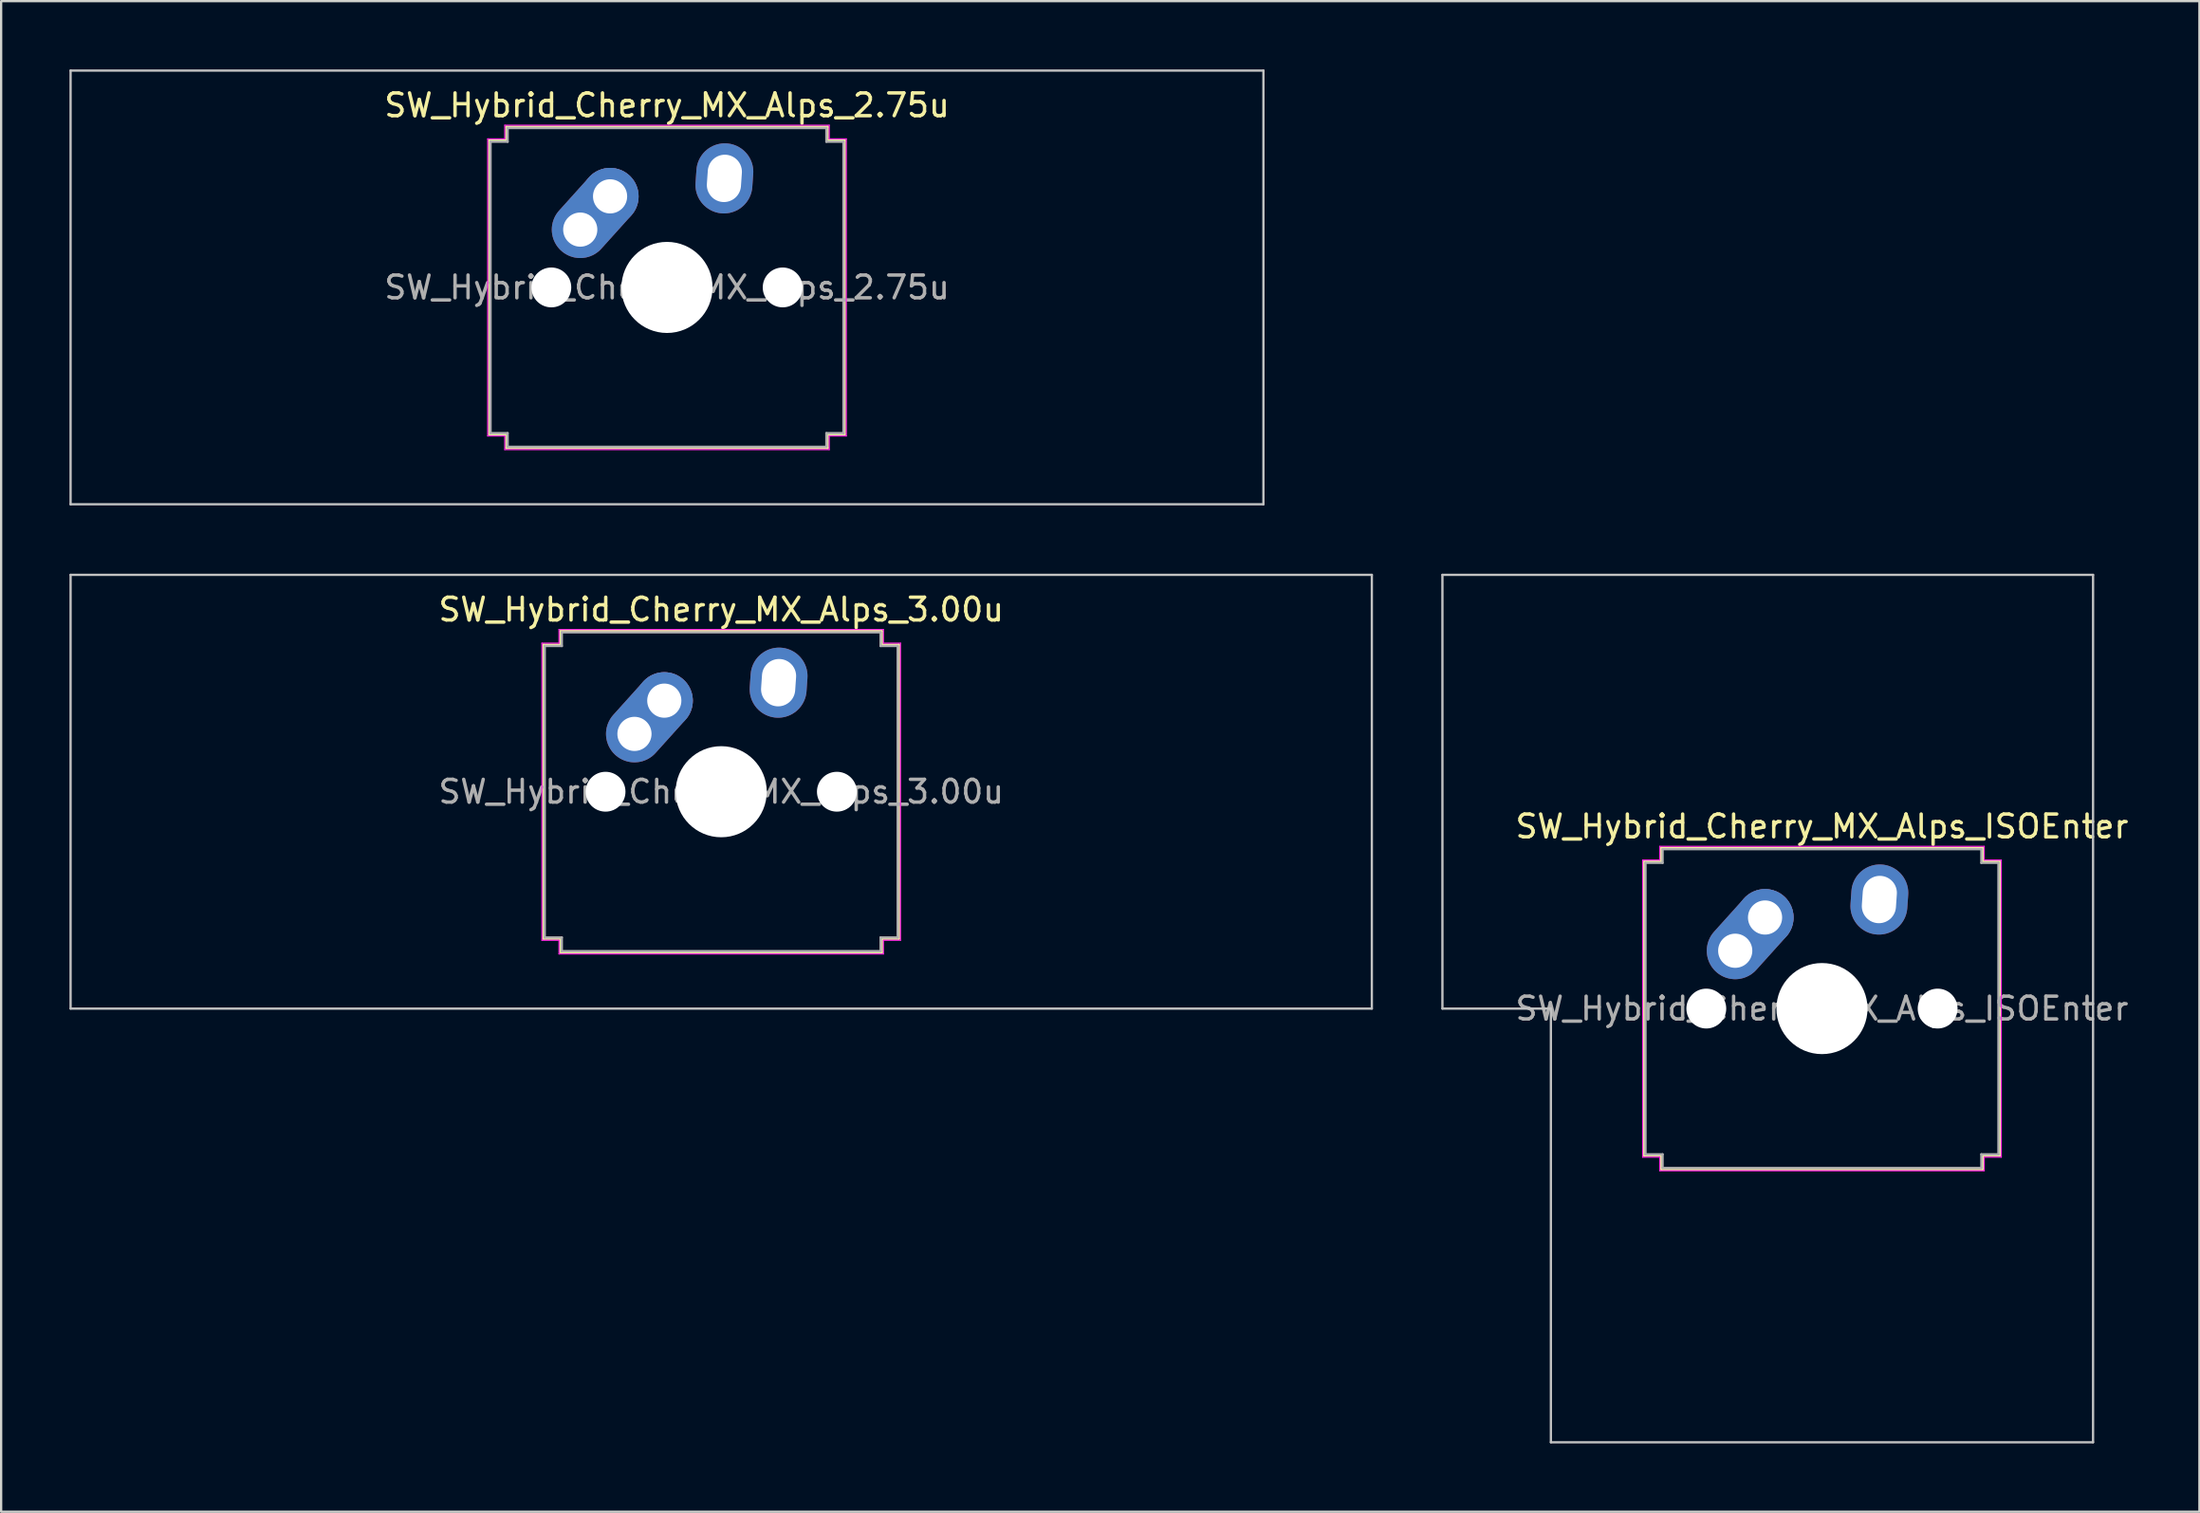
<source format=kicad_pcb>
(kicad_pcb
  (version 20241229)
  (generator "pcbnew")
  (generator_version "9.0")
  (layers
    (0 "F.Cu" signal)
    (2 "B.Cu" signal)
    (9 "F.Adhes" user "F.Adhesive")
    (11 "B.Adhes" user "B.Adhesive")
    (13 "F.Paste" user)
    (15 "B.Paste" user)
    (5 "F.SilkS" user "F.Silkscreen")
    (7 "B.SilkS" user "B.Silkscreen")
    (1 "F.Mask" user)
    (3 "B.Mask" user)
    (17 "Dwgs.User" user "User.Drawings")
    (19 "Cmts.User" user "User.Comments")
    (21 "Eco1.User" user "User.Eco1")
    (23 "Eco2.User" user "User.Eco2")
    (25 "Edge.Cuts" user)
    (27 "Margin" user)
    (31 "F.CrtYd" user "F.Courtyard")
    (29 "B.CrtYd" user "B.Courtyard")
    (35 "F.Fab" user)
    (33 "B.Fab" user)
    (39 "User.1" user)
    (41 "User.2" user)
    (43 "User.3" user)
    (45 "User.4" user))
  (footprint "SW_Hybrid_Cherry_MX_Alps_ISOEnter"
    (layer "F.Cu")
    (at 76.969 41.25)
    (property "Reference" "SW_Hybrid_Cherry_MX_Alps_ISOEnter" (at 0 -8 0) (layer "F.SilkS") (effects (font (size 1 1) (thickness 0.15))))
    (attr through_hole)
    (fp_line (start -7.8 -6.45) (end -7.05 -6.45) (stroke (width 0.12) (type solid)) (layer "F.SilkS"))
    (fp_line (start -7.8 6.45) (end -7.8 -6.45) (stroke (width 0.12) (type solid)) (layer "F.SilkS"))
    (fp_line (start -7.05 -7.05) (end 7.05 -7.05) (stroke (width 0.12) (type solid)) (layer "F.SilkS"))
    (fp_line (start -7.05 -6.45) (end -7.05 -7.05) (stroke (width 0.12) (type solid)) (layer "F.SilkS"))
    (fp_line (start -7.05 6.45) (end -7.8 6.45) (stroke (width 0.12) (type solid)) (layer "F.SilkS"))
    (fp_line (start -7.05 7.05) (end -7.05 6.45) (stroke (width 0.12) (type solid)) (layer "F.SilkS"))
    (fp_line (start 7.05 -7.05) (end 7.05 -6.45) (stroke (width 0.12) (type solid)) (layer "F.SilkS"))
    (fp_line (start 7.05 -6.45) (end 7.8 -6.45) (stroke (width 0.12) (type solid)) (layer "F.SilkS"))
    (fp_line (start 7.05 6.45) (end 7.05 7.05) (stroke (width 0.12) (type solid)) (layer "F.SilkS"))
    (fp_line (start 7.05 7.05) (end -7.05 7.05) (stroke (width 0.12) (type solid)) (layer "F.SilkS"))
    (fp_line (start 7.8 -6.45) (end 7.8 6.45) (stroke (width 0.12) (type solid)) (layer "F.SilkS"))
    (fp_line (start 7.8 6.45) (end 7.05 6.45) (stroke (width 0.12) (type solid)) (layer "F.SilkS"))
    (fp_line (start -16.669 -19.05) (end -16.669 0) (stroke (width 0.1) (type solid)) (layer "Dwgs.User"))
    (fp_line (start -16.669 0) (end -11.906 0) (stroke (width 0.1) (type solid)) (layer "Dwgs.User"))
    (fp_line (start -11.906 0) (end -11.906 19.05) (stroke (width 0.1) (type solid)) (layer "Dwgs.User"))
    (fp_line (start -11.906 19.05) (end 11.906 19.05) (stroke (width 0.1) (type solid)) (layer "Dwgs.User"))
    (fp_line (start 11.906 -19.05) (end -16.669 -19.05) (stroke (width 0.1) (type solid)) (layer "Dwgs.User"))
    (fp_line (start 11.906 19.05) (end 11.906 -19.05) (stroke (width 0.1) (type solid)) (layer "Dwgs.User"))
    (fp_line (start -7.875 -6.525) (end -7.125 -6.525) (stroke (width 0.05) (type solid)) (layer "F.CrtYd"))
    (fp_line (start -7.875 6.525) (end -7.875 -6.525) (stroke (width 0.05) (type solid)) (layer "F.CrtYd"))
    (fp_line (start -7.125 -7.125) (end 7.125 -7.125) (stroke (width 0.05) (type solid)) (layer "F.CrtYd"))
    (fp_line (start -7.125 -6.525) (end -7.125 -7.125) (stroke (width 0.05) (type solid)) (layer "F.CrtYd"))
    (fp_line (start -7.125 6.525) (end -7.875 6.525) (stroke (width 0.05) (type solid)) (layer "F.CrtYd"))
    (fp_line (start -7.125 7.125) (end -7.125 6.525) (stroke (width 0.05) (type solid)) (layer "F.CrtYd"))
    (fp_line (start 7.125 -7.125) (end 7.125 -6.525) (stroke (width 0.05) (type solid)) (layer "F.CrtYd"))
    (fp_line (start 7.125 -6.525) (end 7.875 -6.525) (stroke (width 0.05) (type solid)) (layer "F.CrtYd"))
    (fp_line (start 7.125 6.525) (end 7.125 7.125) (stroke (width 0.05) (type solid)) (layer "F.CrtYd"))
    (fp_line (start 7.125 7.125) (end -7.125 7.125) (stroke (width 0.05) (type solid)) (layer "F.CrtYd"))
    (fp_line (start 7.875 -6.525) (end 7.875 6.525) (stroke (width 0.05) (type solid)) (layer "F.CrtYd"))
    (fp_line (start 7.875 6.525) (end 7.125 6.525) (stroke (width 0.05) (type solid)) (layer "F.CrtYd"))
    (fp_line (start -7.75 -6.4) (end -7 -6.4) (stroke (width 0.1) (type solid)) (layer "F.Fab"))
    (fp_line (start -7.75 6.4) (end -7.75 -6.4) (stroke (width 0.1) (type solid)) (layer "F.Fab"))
    (fp_line (start -7 -7) (end 7 -7) (stroke (width 0.1) (type solid)) (layer "F.Fab"))
    (fp_line (start -7 -6.4) (end -7 -7) (stroke (width 0.1) (type solid)) (layer "F.Fab"))
    (fp_line (start -7 6.4) (end -7.75 6.4) (stroke (width 0.1) (type solid)) (layer "F.Fab"))
    (fp_line (start -7 7) (end -7 6.4) (stroke (width 0.1) (type solid)) (layer "F.Fab"))
    (fp_line (start 7 -7) (end 7 -6.4) (stroke (width 0.1) (type solid)) (layer "F.Fab"))
    (fp_line (start 7 -6.4) (end 7.75 -6.4) (stroke (width 0.1) (type solid)) (layer "F.Fab"))
    (fp_line (start 7 6.4) (end 7 7) (stroke (width 0.1) (type solid)) (layer "F.Fab"))
    (fp_line (start 7 7) (end -7 7) (stroke (width 0.1) (type solid)) (layer "F.Fab"))
    (fp_line (start 7.75 -6.4) (end 7.75 6.4) (stroke (width 0.1) (type solid)) (layer "F.Fab"))
    (fp_line (start 7.75 6.4) (end 7 6.4) (stroke (width 0.1) (type solid)) (layer "F.Fab"))
    (fp_text user "${REFERENCE}" (at 0 0 0) (layer "F.Fab") (effects (font (size 1 1) (thickness 0.15))))
    (pad "" np_thru_hole circle (at -5.08 0) (size 1.75 1.75) (drill 1.75) (layers "*.Cu" "*.Mask"))
    (pad "" np_thru_hole circle (at 0 0) (size 4 4) (drill 4) (layers "*.Cu" "*.Mask"))
    (pad "" np_thru_hole circle (at 5.08 0) (size 1.75 1.75) (drill 1.75) (layers "*.Cu" "*.Mask"))
    (pad "1" thru_hole oval (at 2.52 -4.79 86) (size 3.081 2.5) (drill oval 2.081 1.5) (layers "*.Cu" "B.Mask"))
    (pad "2" thru_hole oval (at -3.81 -2.54 48) (size 4.462 2.5) (drill 1.5 (offset 0.981 0)) (layers "*.Cu" "B.Mask"))
    (pad "2" thru_hole circle (at -2.5 -4) (size 2.5 2.5) (drill 1.5) (layers "*.Cu" "B.Mask")))
  (footprint "SW_Hybrid_Cherry_MX_Alps_3.00u"
    (layer "F.Cu")
    (at 28.625 31.725)
    (property "Reference" "SW_Hybrid_Cherry_MX_Alps_3.00u" (at 0 -8 0) (layer "F.SilkS") (effects (font (size 1 1) (thickness 0.15))))
    (attr through_hole)
    (fp_line (start -7.8 -6.45) (end -7.05 -6.45) (stroke (width 0.12) (type solid)) (layer "F.SilkS"))
    (fp_line (start -7.8 6.45) (end -7.8 -6.45) (stroke (width 0.12) (type solid)) (layer "F.SilkS"))
    (fp_line (start -7.05 -7.05) (end 7.05 -7.05) (stroke (width 0.12) (type solid)) (layer "F.SilkS"))
    (fp_line (start -7.05 -6.45) (end -7.05 -7.05) (stroke (width 0.12) (type solid)) (layer "F.SilkS"))
    (fp_line (start -7.05 6.45) (end -7.8 6.45) (stroke (width 0.12) (type solid)) (layer "F.SilkS"))
    (fp_line (start -7.05 7.05) (end -7.05 6.45) (stroke (width 0.12) (type solid)) (layer "F.SilkS"))
    (fp_line (start 7.05 -7.05) (end 7.05 -6.45) (stroke (width 0.12) (type solid)) (layer "F.SilkS"))
    (fp_line (start 7.05 -6.45) (end 7.8 -6.45) (stroke (width 0.12) (type solid)) (layer "F.SilkS"))
    (fp_line (start 7.05 6.45) (end 7.05 7.05) (stroke (width 0.12) (type solid)) (layer "F.SilkS"))
    (fp_line (start 7.05 7.05) (end -7.05 7.05) (stroke (width 0.12) (type solid)) (layer "F.SilkS"))
    (fp_line (start 7.8 -6.45) (end 7.8 6.45) (stroke (width 0.12) (type solid)) (layer "F.SilkS"))
    (fp_line (start 7.8 6.45) (end 7.05 6.45) (stroke (width 0.12) (type solid)) (layer "F.SilkS"))
    (fp_line (start -28.575 -9.525) (end -28.575 9.525) (stroke (width 0.1) (type solid)) (layer "Dwgs.User"))
    (fp_line (start -28.575 9.525) (end 28.575 9.525) (stroke (width 0.1) (type solid)) (layer "Dwgs.User"))
    (fp_line (start 28.575 -9.525) (end -28.575 -9.525) (stroke (width 0.1) (type solid)) (layer "Dwgs.User"))
    (fp_line (start 28.575 9.525) (end 28.575 -9.525) (stroke (width 0.1) (type solid)) (layer "Dwgs.User"))
    (fp_line (start -7.875 -6.525) (end -7.125 -6.525) (stroke (width 0.05) (type solid)) (layer "F.CrtYd"))
    (fp_line (start -7.875 6.525) (end -7.875 -6.525) (stroke (width 0.05) (type solid)) (layer "F.CrtYd"))
    (fp_line (start -7.125 -7.125) (end 7.125 -7.125) (stroke (width 0.05) (type solid)) (layer "F.CrtYd"))
    (fp_line (start -7.125 -6.525) (end -7.125 -7.125) (stroke (width 0.05) (type solid)) (layer "F.CrtYd"))
    (fp_line (start -7.125 6.525) (end -7.875 6.525) (stroke (width 0.05) (type solid)) (layer "F.CrtYd"))
    (fp_line (start -7.125 7.125) (end -7.125 6.525) (stroke (width 0.05) (type solid)) (layer "F.CrtYd"))
    (fp_line (start 7.125 -7.125) (end 7.125 -6.525) (stroke (width 0.05) (type solid)) (layer "F.CrtYd"))
    (fp_line (start 7.125 -6.525) (end 7.875 -6.525) (stroke (width 0.05) (type solid)) (layer "F.CrtYd"))
    (fp_line (start 7.125 6.525) (end 7.125 7.125) (stroke (width 0.05) (type solid)) (layer "F.CrtYd"))
    (fp_line (start 7.125 7.125) (end -7.125 7.125) (stroke (width 0.05) (type solid)) (layer "F.CrtYd"))
    (fp_line (start 7.875 -6.525) (end 7.875 6.525) (stroke (width 0.05) (type solid)) (layer "F.CrtYd"))
    (fp_line (start 7.875 6.525) (end 7.125 6.525) (stroke (width 0.05) (type solid)) (layer "F.CrtYd"))
    (fp_line (start -7.75 -6.4) (end -7 -6.4) (stroke (width 0.1) (type solid)) (layer "F.Fab"))
    (fp_line (start -7.75 6.4) (end -7.75 -6.4) (stroke (width 0.1) (type solid)) (layer "F.Fab"))
    (fp_line (start -7 -7) (end 7 -7) (stroke (width 0.1) (type solid)) (layer "F.Fab"))
    (fp_line (start -7 -6.4) (end -7 -7) (stroke (width 0.1) (type solid)) (layer "F.Fab"))
    (fp_line (start -7 6.4) (end -7.75 6.4) (stroke (width 0.1) (type solid)) (layer "F.Fab"))
    (fp_line (start -7 7) (end -7 6.4) (stroke (width 0.1) (type solid)) (layer "F.Fab"))
    (fp_line (start 7 -7) (end 7 -6.4) (stroke (width 0.1) (type solid)) (layer "F.Fab"))
    (fp_line (start 7 -6.4) (end 7.75 -6.4) (stroke (width 0.1) (type solid)) (layer "F.Fab"))
    (fp_line (start 7 6.4) (end 7 7) (stroke (width 0.1) (type solid)) (layer "F.Fab"))
    (fp_line (start 7 7) (end -7 7) (stroke (width 0.1) (type solid)) (layer "F.Fab"))
    (fp_line (start 7.75 -6.4) (end 7.75 6.4) (stroke (width 0.1) (type solid)) (layer "F.Fab"))
    (fp_line (start 7.75 6.4) (end 7 6.4) (stroke (width 0.1) (type solid)) (layer "F.Fab"))
    (fp_text user "${REFERENCE}" (at 0 0 0) (layer "F.Fab") (effects (font (size 1 1) (thickness 0.15))))
    (pad "" np_thru_hole circle (at -5.08 0) (size 1.75 1.75) (drill 1.75) (layers "*.Cu" "*.Mask"))
    (pad "" np_thru_hole circle (at 0 0) (size 4 4) (drill 4) (layers "*.Cu" "*.Mask"))
    (pad "" np_thru_hole circle (at 5.08 0) (size 1.75 1.75) (drill 1.75) (layers "*.Cu" "*.Mask"))
    (pad "1" thru_hole oval (at 2.52 -4.79 86) (size 3.081 2.5) (drill oval 2.081 1.5) (layers "*.Cu" "B.Mask"))
    (pad "2" thru_hole oval (at -3.81 -2.54 48) (size 4.462 2.5) (drill 1.5 (offset 0.981 0)) (layers "*.Cu" "B.Mask"))
    (pad "2" thru_hole circle (at -2.5 -4) (size 2.5 2.5) (drill 1.5) (layers "*.Cu" "B.Mask")))
  (footprint "SW_Hybrid_Cherry_MX_Alps_2.75u"
    (layer "F.Cu")
    (at 26.244 9.575)
    (property "Reference" "SW_Hybrid_Cherry_MX_Alps_2.75u" (at 0 -8 0) (layer "F.SilkS") (effects (font (size 1 1) (thickness 0.15))))
    (attr through_hole)
    (fp_line (start -7.8 -6.45) (end -7.05 -6.45) (stroke (width 0.12) (type solid)) (layer "F.SilkS"))
    (fp_line (start -7.8 6.45) (end -7.8 -6.45) (stroke (width 0.12) (type solid)) (layer "F.SilkS"))
    (fp_line (start -7.05 -7.05) (end 7.05 -7.05) (stroke (width 0.12) (type solid)) (layer "F.SilkS"))
    (fp_line (start -7.05 -6.45) (end -7.05 -7.05) (stroke (width 0.12) (type solid)) (layer "F.SilkS"))
    (fp_line (start -7.05 6.45) (end -7.8 6.45) (stroke (width 0.12) (type solid)) (layer "F.SilkS"))
    (fp_line (start -7.05 7.05) (end -7.05 6.45) (stroke (width 0.12) (type solid)) (layer "F.SilkS"))
    (fp_line (start 7.05 -7.05) (end 7.05 -6.45) (stroke (width 0.12) (type solid)) (layer "F.SilkS"))
    (fp_line (start 7.05 -6.45) (end 7.8 -6.45) (stroke (width 0.12) (type solid)) (layer "F.SilkS"))
    (fp_line (start 7.05 6.45) (end 7.05 7.05) (stroke (width 0.12) (type solid)) (layer "F.SilkS"))
    (fp_line (start 7.05 7.05) (end -7.05 7.05) (stroke (width 0.12) (type solid)) (layer "F.SilkS"))
    (fp_line (start 7.8 -6.45) (end 7.8 6.45) (stroke (width 0.12) (type solid)) (layer "F.SilkS"))
    (fp_line (start 7.8 6.45) (end 7.05 6.45) (stroke (width 0.12) (type solid)) (layer "F.SilkS"))
    (fp_line (start -26.194 -9.525) (end -26.194 9.525) (stroke (width 0.1) (type solid)) (layer "Dwgs.User"))
    (fp_line (start -26.194 9.525) (end 26.194 9.525) (stroke (width 0.1) (type solid)) (layer "Dwgs.User"))
    (fp_line (start 26.194 -9.525) (end -26.194 -9.525) (stroke (width 0.1) (type solid)) (layer "Dwgs.User"))
    (fp_line (start 26.194 9.525) (end 26.194 -9.525) (stroke (width 0.1) (type solid)) (layer "Dwgs.User"))
    (fp_line (start -7.875 -6.525) (end -7.125 -6.525) (stroke (width 0.05) (type solid)) (layer "F.CrtYd"))
    (fp_line (start -7.875 6.525) (end -7.875 -6.525) (stroke (width 0.05) (type solid)) (layer "F.CrtYd"))
    (fp_line (start -7.125 -7.125) (end 7.125 -7.125) (stroke (width 0.05) (type solid)) (layer "F.CrtYd"))
    (fp_line (start -7.125 -6.525) (end -7.125 -7.125) (stroke (width 0.05) (type solid)) (layer "F.CrtYd"))
    (fp_line (start -7.125 6.525) (end -7.875 6.525) (stroke (width 0.05) (type solid)) (layer "F.CrtYd"))
    (fp_line (start -7.125 7.125) (end -7.125 6.525) (stroke (width 0.05) (type solid)) (layer "F.CrtYd"))
    (fp_line (start 7.125 -7.125) (end 7.125 -6.525) (stroke (width 0.05) (type solid)) (layer "F.CrtYd"))
    (fp_line (start 7.125 -6.525) (end 7.875 -6.525) (stroke (width 0.05) (type solid)) (layer "F.CrtYd"))
    (fp_line (start 7.125 6.525) (end 7.125 7.125) (stroke (width 0.05) (type solid)) (layer "F.CrtYd"))
    (fp_line (start 7.125 7.125) (end -7.125 7.125) (stroke (width 0.05) (type solid)) (layer "F.CrtYd"))
    (fp_line (start 7.875 -6.525) (end 7.875 6.525) (stroke (width 0.05) (type solid)) (layer "F.CrtYd"))
    (fp_line (start 7.875 6.525) (end 7.125 6.525) (stroke (width 0.05) (type solid)) (layer "F.CrtYd"))
    (fp_line (start -7.75 -6.4) (end -7 -6.4) (stroke (width 0.1) (type solid)) (layer "F.Fab"))
    (fp_line (start -7.75 6.4) (end -7.75 -6.4) (stroke (width 0.1) (type solid)) (layer "F.Fab"))
    (fp_line (start -7 -7) (end 7 -7) (stroke (width 0.1) (type solid)) (layer "F.Fab"))
    (fp_line (start -7 -6.4) (end -7 -7) (stroke (width 0.1) (type solid)) (layer "F.Fab"))
    (fp_line (start -7 6.4) (end -7.75 6.4) (stroke (width 0.1) (type solid)) (layer "F.Fab"))
    (fp_line (start -7 7) (end -7 6.4) (stroke (width 0.1) (type solid)) (layer "F.Fab"))
    (fp_line (start 7 -7) (end 7 -6.4) (stroke (width 0.1) (type solid)) (layer "F.Fab"))
    (fp_line (start 7 -6.4) (end 7.75 -6.4) (stroke (width 0.1) (type solid)) (layer "F.Fab"))
    (fp_line (start 7 6.4) (end 7 7) (stroke (width 0.1) (type solid)) (layer "F.Fab"))
    (fp_line (start 7 7) (end -7 7) (stroke (width 0.1) (type solid)) (layer "F.Fab"))
    (fp_line (start 7.75 -6.4) (end 7.75 6.4) (stroke (width 0.1) (type solid)) (layer "F.Fab"))
    (fp_line (start 7.75 6.4) (end 7 6.4) (stroke (width 0.1) (type solid)) (layer "F.Fab"))
    (fp_text user "${REFERENCE}" (at 0 0 0) (layer "F.Fab") (effects (font (size 1 1) (thickness 0.15))))
    (pad "" np_thru_hole circle (at -5.08 0) (size 1.75 1.75) (drill 1.75) (layers "*.Cu" "*.Mask"))
    (pad "" np_thru_hole circle (at 0 0) (size 4 4) (drill 4) (layers "*.Cu" "*.Mask"))
    (pad "" np_thru_hole circle (at 5.08 0) (size 1.75 1.75) (drill 1.75) (layers "*.Cu" "*.Mask"))
    (pad "1" thru_hole oval (at 2.52 -4.79 86) (size 3.081 2.5) (drill oval 2.081 1.5) (layers "*.Cu" "B.Mask"))
    (pad "2" thru_hole oval (at -3.81 -2.54 48) (size 4.462 2.5) (drill 1.5 (offset 0.981 0)) (layers "*.Cu" "B.Mask"))
    (pad "2" thru_hole circle (at -2.5 -4) (size 2.5 2.5) (drill 1.5) (layers "*.Cu" "B.Mask")))
  (gr_rect
    (start -3 -3)
    (end 93.546 63.35)
    (stroke (width 0.1) (type default))
    (fill no)
    (layer "Edge.Cuts")))
</source>
